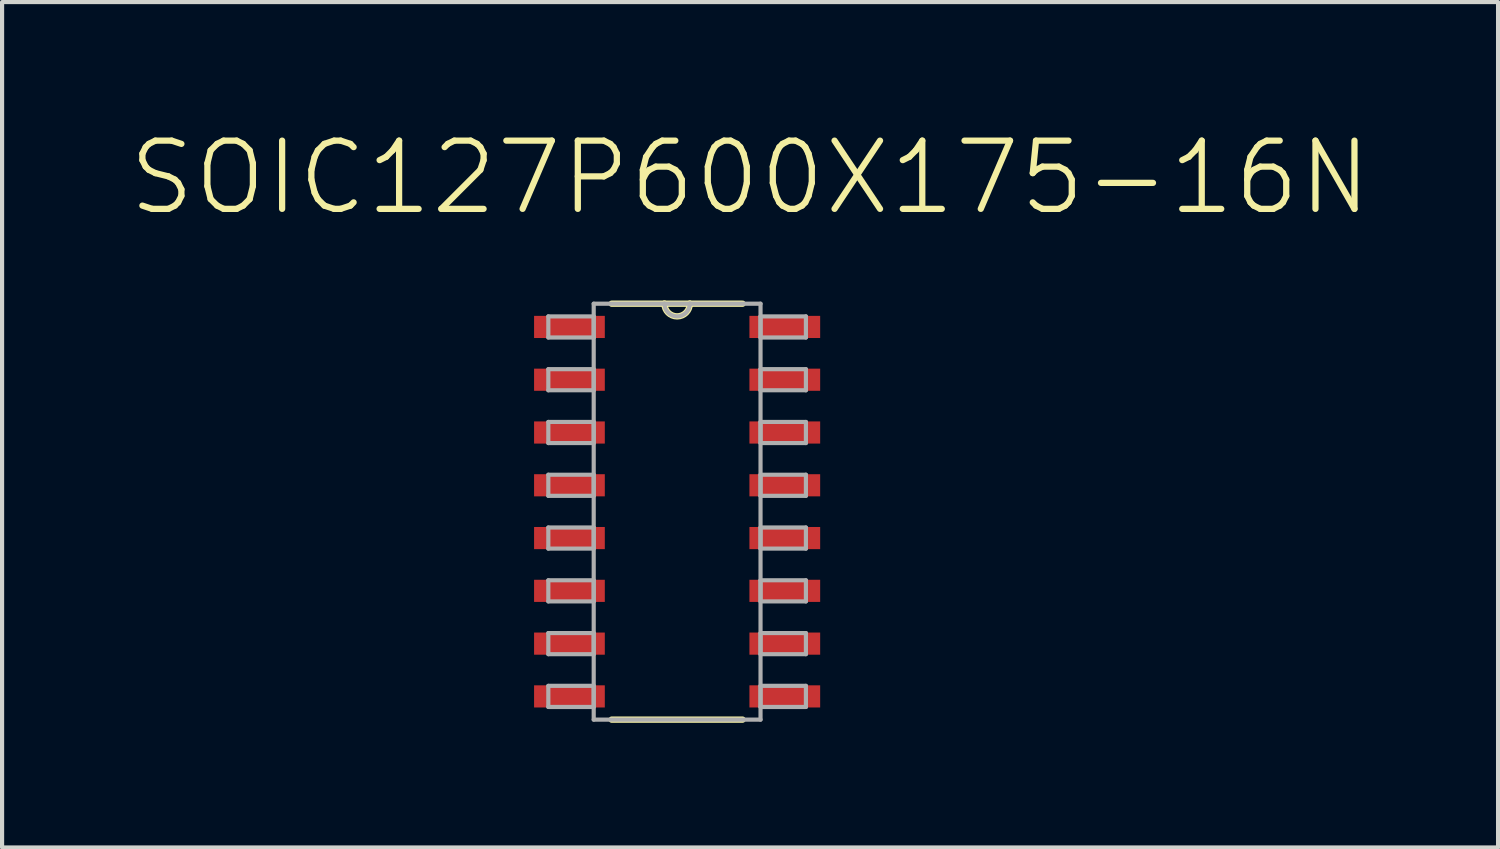
<source format=kicad_pcb>
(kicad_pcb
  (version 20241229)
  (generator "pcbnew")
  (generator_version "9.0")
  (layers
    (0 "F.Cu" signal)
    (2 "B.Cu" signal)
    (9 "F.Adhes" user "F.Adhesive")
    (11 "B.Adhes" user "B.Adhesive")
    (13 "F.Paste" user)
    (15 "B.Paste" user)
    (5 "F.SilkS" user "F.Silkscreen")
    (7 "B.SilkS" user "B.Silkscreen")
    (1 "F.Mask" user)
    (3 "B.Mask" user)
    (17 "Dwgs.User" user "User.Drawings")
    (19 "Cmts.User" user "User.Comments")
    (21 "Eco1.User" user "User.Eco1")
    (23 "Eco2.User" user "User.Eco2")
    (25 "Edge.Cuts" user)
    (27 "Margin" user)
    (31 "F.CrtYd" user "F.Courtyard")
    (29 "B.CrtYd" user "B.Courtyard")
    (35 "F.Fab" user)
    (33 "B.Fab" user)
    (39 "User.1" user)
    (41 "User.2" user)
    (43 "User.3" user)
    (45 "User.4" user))
  (footprint "SOIC127P600X175-16N"
    (layer "F.Cu")
    (at 13.243 9.262)
    (property "Reference" "SOIC127P600X175-16N" (at 1.755 -8.038 0) (layer "F.SilkS") (effects (font (size 1.642 1.642) (thickness 0.15))))
    (attr smd)
    (fp_line (start -1.575 5.004) (end 1.575 5.004) (stroke (width 0.152) (type solid)) (layer "F.SilkS"))
    (fp_line (start -0.305 -5.004) (end -1.575 -5.004) (stroke (width 0.152) (type solid)) (layer "F.SilkS"))
    (fp_line (start 0.305 -5.004) (end -0.305 -5.004) (stroke (width 0.152) (type solid)) (layer "F.SilkS"))
    (fp_line (start 1.575 -5.004) (end 0.305 -5.004) (stroke (width 0.152) (type solid)) (layer "F.SilkS"))
    (fp_arc (start 0.3048 -5.0038) (mid 0 -4.699) (end -0.3048 -5.0038) (stroke (width 0.1524) (type solid)) (layer "F.SilkS"))
    (fp_line (start -3.099 -4.699) (end -3.099 -4.191) (stroke (width 0.1) (type solid)) (layer "F.Fab"))
    (fp_line (start -3.099 -4.191) (end -2.007 -4.191) (stroke (width 0.1) (type solid)) (layer "F.Fab"))
    (fp_line (start -3.099 -3.429) (end -3.099 -2.921) (stroke (width 0.1) (type solid)) (layer "F.Fab"))
    (fp_line (start -3.099 -2.921) (end -2.007 -2.921) (stroke (width 0.1) (type solid)) (layer "F.Fab"))
    (fp_line (start -3.099 -2.159) (end -3.099 -1.651) (stroke (width 0.1) (type solid)) (layer "F.Fab"))
    (fp_line (start -3.099 -1.651) (end -2.007 -1.651) (stroke (width 0.1) (type solid)) (layer "F.Fab"))
    (fp_line (start -3.099 -0.889) (end -3.099 -0.381) (stroke (width 0.1) (type solid)) (layer "F.Fab"))
    (fp_line (start -3.099 -0.381) (end -2.007 -0.381) (stroke (width 0.1) (type solid)) (layer "F.Fab"))
    (fp_line (start -3.099 0.381) (end -3.099 0.889) (stroke (width 0.1) (type solid)) (layer "F.Fab"))
    (fp_line (start -3.099 0.889) (end -2.007 0.889) (stroke (width 0.1) (type solid)) (layer "F.Fab"))
    (fp_line (start -3.099 1.651) (end -3.099 2.159) (stroke (width 0.1) (type solid)) (layer "F.Fab"))
    (fp_line (start -3.099 2.159) (end -2.007 2.159) (stroke (width 0.1) (type solid)) (layer "F.Fab"))
    (fp_line (start -3.099 2.921) (end -3.099 3.429) (stroke (width 0.1) (type solid)) (layer "F.Fab"))
    (fp_line (start -3.099 3.429) (end -2.007 3.429) (stroke (width 0.1) (type solid)) (layer "F.Fab"))
    (fp_line (start -3.099 4.191) (end -3.099 4.699) (stroke (width 0.1) (type solid)) (layer "F.Fab"))
    (fp_line (start -3.099 4.699) (end -2.007 4.699) (stroke (width 0.1) (type solid)) (layer "F.Fab"))
    (fp_line (start -2.007 -5.004) (end -2.007 5.004) (stroke (width 0.1) (type solid)) (layer "F.Fab"))
    (fp_line (start -2.007 -4.699) (end -3.099 -4.699) (stroke (width 0.1) (type solid)) (layer "F.Fab"))
    (fp_line (start -2.007 -4.191) (end -2.007 -4.699) (stroke (width 0.1) (type solid)) (layer "F.Fab"))
    (fp_line (start -2.007 -3.429) (end -3.099 -3.429) (stroke (width 0.1) (type solid)) (layer "F.Fab"))
    (fp_line (start -2.007 -2.921) (end -2.007 -3.429) (stroke (width 0.1) (type solid)) (layer "F.Fab"))
    (fp_line (start -2.007 -2.159) (end -3.099 -2.159) (stroke (width 0.1) (type solid)) (layer "F.Fab"))
    (fp_line (start -2.007 -1.651) (end -2.007 -2.159) (stroke (width 0.1) (type solid)) (layer "F.Fab"))
    (fp_line (start -2.007 -0.889) (end -3.099 -0.889) (stroke (width 0.1) (type solid)) (layer "F.Fab"))
    (fp_line (start -2.007 -0.381) (end -2.007 -0.889) (stroke (width 0.1) (type solid)) (layer "F.Fab"))
    (fp_line (start -2.007 0.381) (end -3.099 0.381) (stroke (width 0.1) (type solid)) (layer "F.Fab"))
    (fp_line (start -2.007 0.889) (end -2.007 0.381) (stroke (width 0.1) (type solid)) (layer "F.Fab"))
    (fp_line (start -2.007 1.651) (end -3.099 1.651) (stroke (width 0.1) (type solid)) (layer "F.Fab"))
    (fp_line (start -2.007 2.159) (end -2.007 1.651) (stroke (width 0.1) (type solid)) (layer "F.Fab"))
    (fp_line (start -2.007 2.921) (end -3.099 2.921) (stroke (width 0.1) (type solid)) (layer "F.Fab"))
    (fp_line (start -2.007 3.429) (end -2.007 2.921) (stroke (width 0.1) (type solid)) (layer "F.Fab"))
    (fp_line (start -2.007 4.191) (end -3.099 4.191) (stroke (width 0.1) (type solid)) (layer "F.Fab"))
    (fp_line (start -2.007 4.699) (end -2.007 4.191) (stroke (width 0.1) (type solid)) (layer "F.Fab"))
    (fp_line (start -2.007 5.004) (end 2.007 5.004) (stroke (width 0.1) (type solid)) (layer "F.Fab"))
    (fp_line (start -0.305 -5.004) (end -2.007 -5.004) (stroke (width 0.1) (type solid)) (layer "F.Fab"))
    (fp_line (start 0.305 -5.004) (end -0.305 -5.004) (stroke (width 0.1) (type solid)) (layer "F.Fab"))
    (fp_line (start 2.007 -5.004) (end 0.305 -5.004) (stroke (width 0.1) (type solid)) (layer "F.Fab"))
    (fp_line (start 2.007 -4.699) (end 2.007 -4.191) (stroke (width 0.1) (type solid)) (layer "F.Fab"))
    (fp_line (start 2.007 -4.191) (end 3.099 -4.191) (stroke (width 0.1) (type solid)) (layer "F.Fab"))
    (fp_line (start 2.007 -3.429) (end 2.007 -2.921) (stroke (width 0.1) (type solid)) (layer "F.Fab"))
    (fp_line (start 2.007 -2.921) (end 3.099 -2.921) (stroke (width 0.1) (type solid)) (layer "F.Fab"))
    (fp_line (start 2.007 -2.159) (end 2.007 -1.651) (stroke (width 0.1) (type solid)) (layer "F.Fab"))
    (fp_line (start 2.007 -1.651) (end 3.099 -1.651) (stroke (width 0.1) (type solid)) (layer "F.Fab"))
    (fp_line (start 2.007 -0.889) (end 2.007 -0.381) (stroke (width 0.1) (type solid)) (layer "F.Fab"))
    (fp_line (start 2.007 -0.381) (end 3.099 -0.381) (stroke (width 0.1) (type solid)) (layer "F.Fab"))
    (fp_line (start 2.007 0.381) (end 2.007 0.889) (stroke (width 0.1) (type solid)) (layer "F.Fab"))
    (fp_line (start 2.007 0.889) (end 3.099 0.889) (stroke (width 0.1) (type solid)) (layer "F.Fab"))
    (fp_line (start 2.007 1.651) (end 2.007 2.159) (stroke (width 0.1) (type solid)) (layer "F.Fab"))
    (fp_line (start 2.007 2.159) (end 3.099 2.159) (stroke (width 0.1) (type solid)) (layer "F.Fab"))
    (fp_line (start 2.007 2.921) (end 2.007 3.429) (stroke (width 0.1) (type solid)) (layer "F.Fab"))
    (fp_line (start 2.007 3.429) (end 3.099 3.429) (stroke (width 0.1) (type solid)) (layer "F.Fab"))
    (fp_line (start 2.007 4.191) (end 2.007 4.699) (stroke (width 0.1) (type solid)) (layer "F.Fab"))
    (fp_line (start 2.007 4.699) (end 3.099 4.699) (stroke (width 0.1) (type solid)) (layer "F.Fab"))
    (fp_line (start 2.007 5.004) (end 2.007 -5.004) (stroke (width 0.1) (type solid)) (layer "F.Fab"))
    (fp_line (start 3.099 -4.699) (end 2.007 -4.699) (stroke (width 0.1) (type solid)) (layer "F.Fab"))
    (fp_line (start 3.099 -4.191) (end 3.099 -4.699) (stroke (width 0.1) (type solid)) (layer "F.Fab"))
    (fp_line (start 3.099 -3.429) (end 2.007 -3.429) (stroke (width 0.1) (type solid)) (layer "F.Fab"))
    (fp_line (start 3.099 -2.921) (end 3.099 -3.429) (stroke (width 0.1) (type solid)) (layer "F.Fab"))
    (fp_line (start 3.099 -2.159) (end 2.007 -2.159) (stroke (width 0.1) (type solid)) (layer "F.Fab"))
    (fp_line (start 3.099 -1.651) (end 3.099 -2.159) (stroke (width 0.1) (type solid)) (layer "F.Fab"))
    (fp_line (start 3.099 -0.889) (end 2.007 -0.889) (stroke (width 0.1) (type solid)) (layer "F.Fab"))
    (fp_line (start 3.099 -0.381) (end 3.099 -0.889) (stroke (width 0.1) (type solid)) (layer "F.Fab"))
    (fp_line (start 3.099 0.381) (end 2.007 0.381) (stroke (width 0.1) (type solid)) (layer "F.Fab"))
    (fp_line (start 3.099 0.889) (end 3.099 0.381) (stroke (width 0.1) (type solid)) (layer "F.Fab"))
    (fp_line (start 3.099 1.651) (end 2.007 1.651) (stroke (width 0.1) (type solid)) (layer "F.Fab"))
    (fp_line (start 3.099 2.159) (end 3.099 1.651) (stroke (width 0.1) (type solid)) (layer "F.Fab"))
    (fp_line (start 3.099 2.921) (end 2.007 2.921) (stroke (width 0.1) (type solid)) (layer "F.Fab"))
    (fp_line (start 3.099 3.429) (end 3.099 2.921) (stroke (width 0.1) (type solid)) (layer "F.Fab"))
    (fp_line (start 3.099 4.191) (end 2.007 4.191) (stroke (width 0.1) (type solid)) (layer "F.Fab"))
    (fp_line (start 3.099 4.699) (end 3.099 4.191) (stroke (width 0.1) (type solid)) (layer "F.Fab"))
    (fp_arc (start 0.3048 -5.0038) (mid 0 -4.699) (end -0.3048 -5.0038) (stroke (width 0.1) (type solid)) (layer "F.Fab"))
    (pad "1" smd rect (at -2.591 -4.445) (size 1.702 0.533) (layers "F.Cu" "F.Mask" "F.Paste"))
    (pad "2" smd rect (at -2.591 -3.175) (size 1.702 0.533) (layers "F.Cu" "F.Mask" "F.Paste"))
    (pad "3" smd rect (at -2.591 -1.905) (size 1.702 0.533) (layers "F.Cu" "F.Mask" "F.Paste"))
    (pad "4" smd rect (at -2.591 -0.635) (size 1.702 0.533) (layers "F.Cu" "F.Mask" "F.Paste"))
    (pad "5" smd rect (at -2.591 0.635) (size 1.702 0.533) (layers "F.Cu" "F.Mask" "F.Paste"))
    (pad "6" smd rect (at -2.591 1.905) (size 1.702 0.533) (layers "F.Cu" "F.Mask" "F.Paste"))
    (pad "7" smd rect (at -2.591 3.175) (size 1.702 0.533) (layers "F.Cu" "F.Mask" "F.Paste"))
    (pad "8" smd rect (at -2.591 4.445) (size 1.702 0.533) (layers "F.Cu" "F.Mask" "F.Paste"))
    (pad "9" smd rect (at 2.591 4.445) (size 1.702 0.533) (layers "F.Cu" "F.Mask" "F.Paste"))
    (pad "10" smd rect (at 2.591 3.175) (size 1.702 0.533) (layers "F.Cu" "F.Mask" "F.Paste"))
    (pad "11" smd rect (at 2.591 1.905) (size 1.702 0.533) (layers "F.Cu" "F.Mask" "F.Paste"))
    (pad "12" smd rect (at 2.591 0.635) (size 1.702 0.533) (layers "F.Cu" "F.Mask" "F.Paste"))
    (pad "13" smd rect (at 2.591 -0.635) (size 1.702 0.533) (layers "F.Cu" "F.Mask" "F.Paste"))
    (pad "14" smd rect (at 2.591 -1.905) (size 1.702 0.533) (layers "F.Cu" "F.Mask" "F.Paste"))
    (pad "15" smd rect (at 2.591 -3.175) (size 1.702 0.533) (layers "F.Cu" "F.Mask" "F.Paste"))
    (pad "16" smd rect (at 2.591 -4.445) (size 1.702 0.533) (layers "F.Cu" "F.Mask" "F.Paste")))
  (gr_rect
    (start -3 -3)
    (end 32.997 17.342)
    (stroke (width 0.1) (type default))
    (fill no)
    (layer "Edge.Cuts")))
</source>
